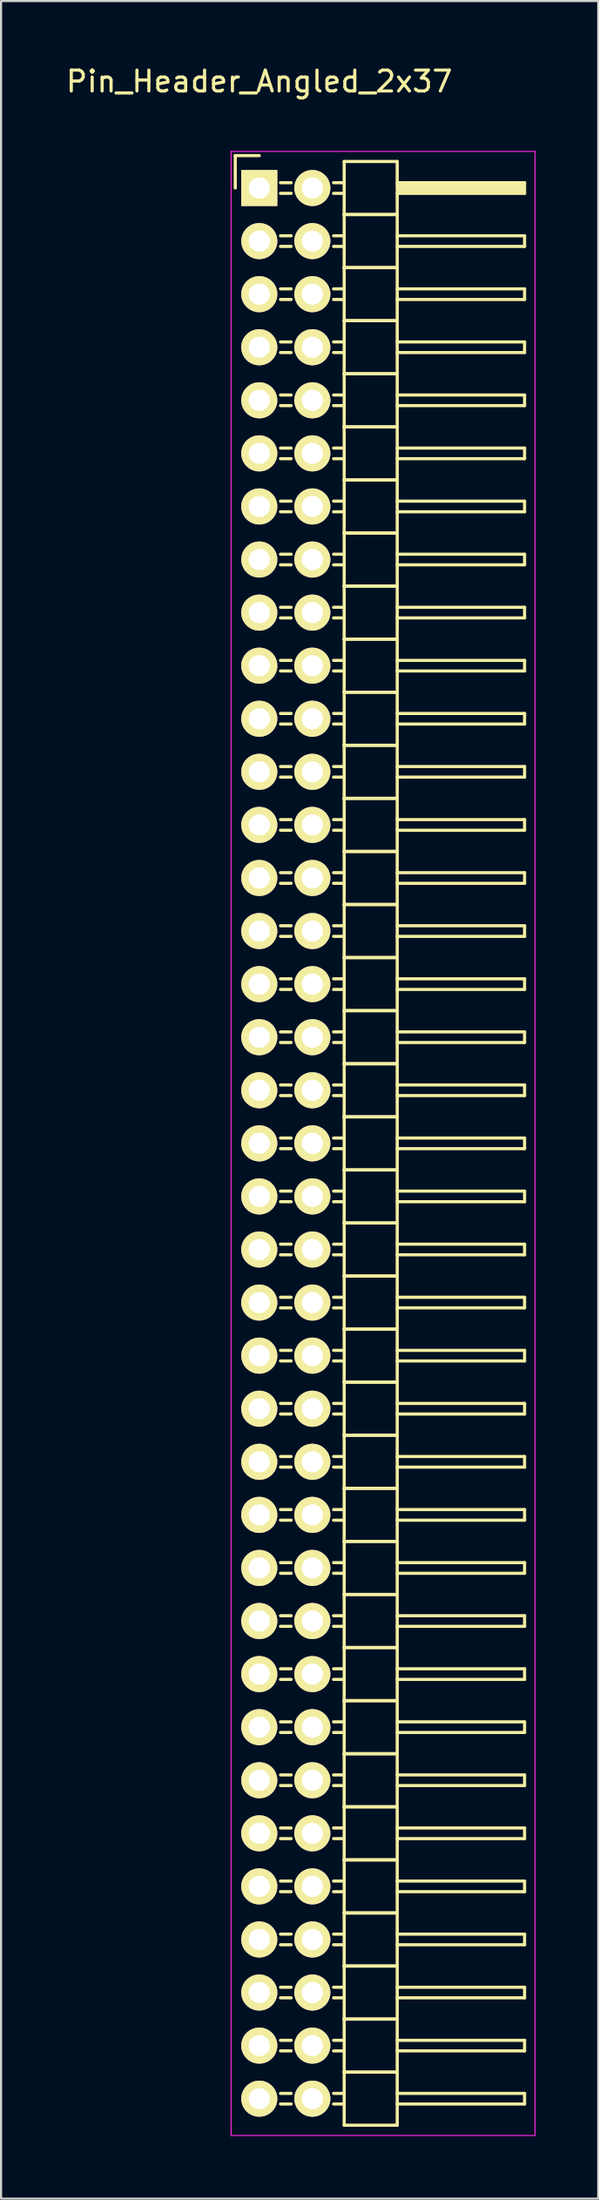
<source format=kicad_pcb>
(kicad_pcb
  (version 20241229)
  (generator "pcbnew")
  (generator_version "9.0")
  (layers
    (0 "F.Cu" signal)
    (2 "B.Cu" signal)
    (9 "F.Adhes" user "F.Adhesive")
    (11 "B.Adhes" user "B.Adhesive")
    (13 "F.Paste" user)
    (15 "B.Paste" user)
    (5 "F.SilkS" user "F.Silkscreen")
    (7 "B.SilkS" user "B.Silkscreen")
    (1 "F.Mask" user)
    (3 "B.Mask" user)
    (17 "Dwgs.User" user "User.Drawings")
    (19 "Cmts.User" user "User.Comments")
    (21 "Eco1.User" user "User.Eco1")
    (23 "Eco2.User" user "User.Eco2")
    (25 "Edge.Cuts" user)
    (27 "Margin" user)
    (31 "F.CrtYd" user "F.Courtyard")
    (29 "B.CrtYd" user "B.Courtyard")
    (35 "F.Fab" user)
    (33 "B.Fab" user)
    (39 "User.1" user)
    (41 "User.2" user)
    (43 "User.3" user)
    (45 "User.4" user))
  (footprint "Pin_Header_Angled_2x37"
    (layer "F.Cu")
    (at 9.363 5.948)
    (property "Reference" "Pin_Header_Angled_2x37" (at 0 -5.1 0) (layer "F.SilkS") (effects (font (size 1 1) (thickness 0.15))))
    (attr through_hole)
    (fp_line (start -1.15 -1.55) (end -1.15 0) (stroke (width 0.15) (type solid)) (layer "F.SilkS"))
    (fp_line (start 0 -1.55) (end -1.15 -1.55) (stroke (width 0.15) (type solid)) (layer "F.SilkS"))
    (fp_line (start 1.524 -0.254) (end 1.016 -0.254) (stroke (width 0.15) (type solid)) (layer "F.SilkS"))
    (fp_line (start 1.524 0.254) (end 1.016 0.254) (stroke (width 0.15) (type solid)) (layer "F.SilkS"))
    (fp_line (start 1.524 2.286) (end 1.016 2.286) (stroke (width 0.15) (type solid)) (layer "F.SilkS"))
    (fp_line (start 1.524 2.794) (end 1.016 2.794) (stroke (width 0.15) (type solid)) (layer "F.SilkS"))
    (fp_line (start 1.524 4.826) (end 1.016 4.826) (stroke (width 0.15) (type solid)) (layer "F.SilkS"))
    (fp_line (start 1.524 5.334) (end 1.016 5.334) (stroke (width 0.15) (type solid)) (layer "F.SilkS"))
    (fp_line (start 1.524 7.366) (end 1.016 7.366) (stroke (width 0.15) (type solid)) (layer "F.SilkS"))
    (fp_line (start 1.524 7.874) (end 1.016 7.874) (stroke (width 0.15) (type solid)) (layer "F.SilkS"))
    (fp_line (start 1.524 9.906) (end 1.016 9.906) (stroke (width 0.15) (type solid)) (layer "F.SilkS"))
    (fp_line (start 1.524 10.414) (end 1.016 10.414) (stroke (width 0.15) (type solid)) (layer "F.SilkS"))
    (fp_line (start 1.524 12.446) (end 1.016 12.446) (stroke (width 0.15) (type solid)) (layer "F.SilkS"))
    (fp_line (start 1.524 12.954) (end 1.016 12.954) (stroke (width 0.15) (type solid)) (layer "F.SilkS"))
    (fp_line (start 1.524 14.986) (end 1.016 14.986) (stroke (width 0.15) (type solid)) (layer "F.SilkS"))
    (fp_line (start 1.524 15.494) (end 1.016 15.494) (stroke (width 0.15) (type solid)) (layer "F.SilkS"))
    (fp_line (start 1.524 17.526) (end 1.016 17.526) (stroke (width 0.15) (type solid)) (layer "F.SilkS"))
    (fp_line (start 1.524 18.034) (end 1.016 18.034) (stroke (width 0.15) (type solid)) (layer "F.SilkS"))
    (fp_line (start 1.524 20.066) (end 1.016 20.066) (stroke (width 0.15) (type solid)) (layer "F.SilkS"))
    (fp_line (start 1.524 20.574) (end 1.016 20.574) (stroke (width 0.15) (type solid)) (layer "F.SilkS"))
    (fp_line (start 1.524 22.606) (end 1.016 22.606) (stroke (width 0.15) (type solid)) (layer "F.SilkS"))
    (fp_line (start 1.524 23.114) (end 1.016 23.114) (stroke (width 0.15) (type solid)) (layer "F.SilkS"))
    (fp_line (start 1.524 25.146) (end 1.016 25.146) (stroke (width 0.15) (type solid)) (layer "F.SilkS"))
    (fp_line (start 1.524 25.654) (end 1.016 25.654) (stroke (width 0.15) (type solid)) (layer "F.SilkS"))
    (fp_line (start 1.524 27.686) (end 1.016 27.686) (stroke (width 0.15) (type solid)) (layer "F.SilkS"))
    (fp_line (start 1.524 28.194) (end 1.016 28.194) (stroke (width 0.15) (type solid)) (layer "F.SilkS"))
    (fp_line (start 1.524 30.226) (end 1.016 30.226) (stroke (width 0.15) (type solid)) (layer "F.SilkS"))
    (fp_line (start 1.524 30.734) (end 1.016 30.734) (stroke (width 0.15) (type solid)) (layer "F.SilkS"))
    (fp_line (start 1.524 32.766) (end 1.016 32.766) (stroke (width 0.15) (type solid)) (layer "F.SilkS"))
    (fp_line (start 1.524 33.274) (end 1.016 33.274) (stroke (width 0.15) (type solid)) (layer "F.SilkS"))
    (fp_line (start 1.524 35.306) (end 1.016 35.306) (stroke (width 0.15) (type solid)) (layer "F.SilkS"))
    (fp_line (start 1.524 35.814) (end 1.016 35.814) (stroke (width 0.15) (type solid)) (layer "F.SilkS"))
    (fp_line (start 1.524 37.846) (end 1.016 37.846) (stroke (width 0.15) (type solid)) (layer "F.SilkS"))
    (fp_line (start 1.524 38.354) (end 1.016 38.354) (stroke (width 0.15) (type solid)) (layer "F.SilkS"))
    (fp_line (start 1.524 40.386) (end 1.016 40.386) (stroke (width 0.15) (type solid)) (layer "F.SilkS"))
    (fp_line (start 1.524 40.894) (end 1.016 40.894) (stroke (width 0.15) (type solid)) (layer "F.SilkS"))
    (fp_line (start 1.524 42.926) (end 1.016 42.926) (stroke (width 0.15) (type solid)) (layer "F.SilkS"))
    (fp_line (start 1.524 43.434) (end 1.016 43.434) (stroke (width 0.15) (type solid)) (layer "F.SilkS"))
    (fp_line (start 1.524 45.466) (end 1.016 45.466) (stroke (width 0.15) (type solid)) (layer "F.SilkS"))
    (fp_line (start 1.524 45.974) (end 1.016 45.974) (stroke (width 0.15) (type solid)) (layer "F.SilkS"))
    (fp_line (start 1.524 48.006) (end 1.016 48.006) (stroke (width 0.15) (type solid)) (layer "F.SilkS"))
    (fp_line (start 1.524 48.514) (end 1.016 48.514) (stroke (width 0.15) (type solid)) (layer "F.SilkS"))
    (fp_line (start 1.524 50.546) (end 1.016 50.546) (stroke (width 0.15) (type solid)) (layer "F.SilkS"))
    (fp_line (start 1.524 51.054) (end 1.016 51.054) (stroke (width 0.15) (type solid)) (layer "F.SilkS"))
    (fp_line (start 1.524 53.086) (end 1.016 53.086) (stroke (width 0.15) (type solid)) (layer "F.SilkS"))
    (fp_line (start 1.524 53.594) (end 1.016 53.594) (stroke (width 0.15) (type solid)) (layer "F.SilkS"))
    (fp_line (start 1.524 55.626) (end 1.016 55.626) (stroke (width 0.15) (type solid)) (layer "F.SilkS"))
    (fp_line (start 1.524 56.134) (end 1.016 56.134) (stroke (width 0.15) (type solid)) (layer "F.SilkS"))
    (fp_line (start 1.524 58.166) (end 1.016 58.166) (stroke (width 0.15) (type solid)) (layer "F.SilkS"))
    (fp_line (start 1.524 58.674) (end 1.016 58.674) (stroke (width 0.15) (type solid)) (layer "F.SilkS"))
    (fp_line (start 1.524 60.706) (end 1.016 60.706) (stroke (width 0.15) (type solid)) (layer "F.SilkS"))
    (fp_line (start 1.524 61.214) (end 1.016 61.214) (stroke (width 0.15) (type solid)) (layer "F.SilkS"))
    (fp_line (start 1.524 63.246) (end 1.016 63.246) (stroke (width 0.15) (type solid)) (layer "F.SilkS"))
    (fp_line (start 1.524 63.754) (end 1.016 63.754) (stroke (width 0.15) (type solid)) (layer "F.SilkS"))
    (fp_line (start 1.524 65.786) (end 1.016 65.786) (stroke (width 0.15) (type solid)) (layer "F.SilkS"))
    (fp_line (start 1.524 66.294) (end 1.016 66.294) (stroke (width 0.15) (type solid)) (layer "F.SilkS"))
    (fp_line (start 1.524 68.326) (end 1.016 68.326) (stroke (width 0.15) (type solid)) (layer "F.SilkS"))
    (fp_line (start 1.524 68.834) (end 1.016 68.834) (stroke (width 0.15) (type solid)) (layer "F.SilkS"))
    (fp_line (start 1.524 70.866) (end 1.016 70.866) (stroke (width 0.15) (type solid)) (layer "F.SilkS"))
    (fp_line (start 1.524 71.374) (end 1.016 71.374) (stroke (width 0.15) (type solid)) (layer "F.SilkS"))
    (fp_line (start 1.524 73.406) (end 1.016 73.406) (stroke (width 0.15) (type solid)) (layer "F.SilkS"))
    (fp_line (start 1.524 73.914) (end 1.016 73.914) (stroke (width 0.15) (type solid)) (layer "F.SilkS"))
    (fp_line (start 1.524 75.946) (end 1.016 75.946) (stroke (width 0.15) (type solid)) (layer "F.SilkS"))
    (fp_line (start 1.524 76.454) (end 1.016 76.454) (stroke (width 0.15) (type solid)) (layer "F.SilkS"))
    (fp_line (start 1.524 78.486) (end 1.016 78.486) (stroke (width 0.15) (type solid)) (layer "F.SilkS"))
    (fp_line (start 1.524 78.994) (end 1.016 78.994) (stroke (width 0.15) (type solid)) (layer "F.SilkS"))
    (fp_line (start 1.524 81.026) (end 1.016 81.026) (stroke (width 0.15) (type solid)) (layer "F.SilkS"))
    (fp_line (start 1.524 81.534) (end 1.016 81.534) (stroke (width 0.15) (type solid)) (layer "F.SilkS"))
    (fp_line (start 1.524 83.566) (end 1.016 83.566) (stroke (width 0.15) (type solid)) (layer "F.SilkS"))
    (fp_line (start 1.524 84.074) (end 1.016 84.074) (stroke (width 0.15) (type solid)) (layer "F.SilkS"))
    (fp_line (start 1.524 86.106) (end 1.016 86.106) (stroke (width 0.15) (type solid)) (layer "F.SilkS"))
    (fp_line (start 1.524 86.614) (end 1.016 86.614) (stroke (width 0.15) (type solid)) (layer "F.SilkS"))
    (fp_line (start 1.524 88.646) (end 1.016 88.646) (stroke (width 0.15) (type solid)) (layer "F.SilkS"))
    (fp_line (start 1.524 89.154) (end 1.016 89.154) (stroke (width 0.15) (type solid)) (layer "F.SilkS"))
    (fp_line (start 1.524 91.186) (end 1.016 91.186) (stroke (width 0.15) (type solid)) (layer "F.SilkS"))
    (fp_line (start 1.524 91.694) (end 1.016 91.694) (stroke (width 0.15) (type solid)) (layer "F.SilkS"))
    (fp_line (start 4.064 -1.27) (end 4.064 1.27) (stroke (width 0.15) (type solid)) (layer "F.SilkS"))
    (fp_line (start 4.064 -1.27) (end 6.604 -1.27) (stroke (width 0.15) (type solid)) (layer "F.SilkS"))
    (fp_line (start 4.064 -0.254) (end 3.556 -0.254) (stroke (width 0.15) (type solid)) (layer "F.SilkS"))
    (fp_line (start 4.064 0.254) (end 3.556 0.254) (stroke (width 0.15) (type solid)) (layer "F.SilkS"))
    (fp_line (start 4.064 1.27) (end 4.064 3.81) (stroke (width 0.15) (type solid)) (layer "F.SilkS"))
    (fp_line (start 4.064 1.27) (end 6.604 1.27) (stroke (width 0.15) (type solid)) (layer "F.SilkS"))
    (fp_line (start 4.064 1.27) (end 6.604 1.27) (stroke (width 0.15) (type solid)) (layer "F.SilkS"))
    (fp_line (start 4.064 2.286) (end 3.556 2.286) (stroke (width 0.15) (type solid)) (layer "F.SilkS"))
    (fp_line (start 4.064 2.794) (end 3.556 2.794) (stroke (width 0.15) (type solid)) (layer "F.SilkS"))
    (fp_line (start 4.064 3.81) (end 4.064 6.35) (stroke (width 0.15) (type solid)) (layer "F.SilkS"))
    (fp_line (start 4.064 3.81) (end 6.604 3.81) (stroke (width 0.15) (type solid)) (layer "F.SilkS"))
    (fp_line (start 4.064 3.81) (end 6.604 3.81) (stroke (width 0.15) (type solid)) (layer "F.SilkS"))
    (fp_line (start 4.064 4.826) (end 3.556 4.826) (stroke (width 0.15) (type solid)) (layer "F.SilkS"))
    (fp_line (start 4.064 5.334) (end 3.556 5.334) (stroke (width 0.15) (type solid)) (layer "F.SilkS"))
    (fp_line (start 4.064 6.35) (end 4.064 8.89) (stroke (width 0.15) (type solid)) (layer "F.SilkS"))
    (fp_line (start 4.064 6.35) (end 6.604 6.35) (stroke (width 0.15) (type solid)) (layer "F.SilkS"))
    (fp_line (start 4.064 6.35) (end 6.604 6.35) (stroke (width 0.15) (type solid)) (layer "F.SilkS"))
    (fp_line (start 4.064 7.366) (end 3.556 7.366) (stroke (width 0.15) (type solid)) (layer "F.SilkS"))
    (fp_line (start 4.064 7.874) (end 3.556 7.874) (stroke (width 0.15) (type solid)) (layer "F.SilkS"))
    (fp_line (start 4.064 8.89) (end 4.064 11.43) (stroke (width 0.15) (type solid)) (layer "F.SilkS"))
    (fp_line (start 4.064 8.89) (end 6.604 8.89) (stroke (width 0.15) (type solid)) (layer "F.SilkS"))
    (fp_line (start 4.064 8.89) (end 6.604 8.89) (stroke (width 0.15) (type solid)) (layer "F.SilkS"))
    (fp_line (start 4.064 9.906) (end 3.556 9.906) (stroke (width 0.15) (type solid)) (layer "F.SilkS"))
    (fp_line (start 4.064 10.414) (end 3.556 10.414) (stroke (width 0.15) (type solid)) (layer "F.SilkS"))
    (fp_line (start 4.064 11.43) (end 4.064 13.97) (stroke (width 0.15) (type solid)) (layer "F.SilkS"))
    (fp_line (start 4.064 11.43) (end 6.604 11.43) (stroke (width 0.15) (type solid)) (layer "F.SilkS"))
    (fp_line (start 4.064 11.43) (end 6.604 11.43) (stroke (width 0.15) (type solid)) (layer "F.SilkS"))
    (fp_line (start 4.064 12.446) (end 3.556 12.446) (stroke (width 0.15) (type solid)) (layer "F.SilkS"))
    (fp_line (start 4.064 12.954) (end 3.556 12.954) (stroke (width 0.15) (type solid)) (layer "F.SilkS"))
    (fp_line (start 4.064 13.97) (end 4.064 16.51) (stroke (width 0.15) (type solid)) (layer "F.SilkS"))
    (fp_line (start 4.064 13.97) (end 6.604 13.97) (stroke (width 0.15) (type solid)) (layer "F.SilkS"))
    (fp_line (start 4.064 13.97) (end 6.604 13.97) (stroke (width 0.15) (type solid)) (layer "F.SilkS"))
    (fp_line (start 4.064 14.986) (end 3.556 14.986) (stroke (width 0.15) (type solid)) (layer "F.SilkS"))
    (fp_line (start 4.064 15.494) (end 3.556 15.494) (stroke (width 0.15) (type solid)) (layer "F.SilkS"))
    (fp_line (start 4.064 16.51) (end 4.064 19.05) (stroke (width 0.15) (type solid)) (layer "F.SilkS"))
    (fp_line (start 4.064 16.51) (end 6.604 16.51) (stroke (width 0.15) (type solid)) (layer "F.SilkS"))
    (fp_line (start 4.064 16.51) (end 6.604 16.51) (stroke (width 0.15) (type solid)) (layer "F.SilkS"))
    (fp_line (start 4.064 17.526) (end 3.556 17.526) (stroke (width 0.15) (type solid)) (layer "F.SilkS"))
    (fp_line (start 4.064 18.034) (end 3.556 18.034) (stroke (width 0.15) (type solid)) (layer "F.SilkS"))
    (fp_line (start 4.064 19.05) (end 4.064 21.59) (stroke (width 0.15) (type solid)) (layer "F.SilkS"))
    (fp_line (start 4.064 19.05) (end 6.604 19.05) (stroke (width 0.15) (type solid)) (layer "F.SilkS"))
    (fp_line (start 4.064 19.05) (end 6.604 19.05) (stroke (width 0.15) (type solid)) (layer "F.SilkS"))
    (fp_line (start 4.064 20.066) (end 3.556 20.066) (stroke (width 0.15) (type solid)) (layer "F.SilkS"))
    (fp_line (start 4.064 20.574) (end 3.556 20.574) (stroke (width 0.15) (type solid)) (layer "F.SilkS"))
    (fp_line (start 4.064 21.59) (end 4.064 24.13) (stroke (width 0.15) (type solid)) (layer "F.SilkS"))
    (fp_line (start 4.064 21.59) (end 6.604 21.59) (stroke (width 0.15) (type solid)) (layer "F.SilkS"))
    (fp_line (start 4.064 21.59) (end 6.604 21.59) (stroke (width 0.15) (type solid)) (layer "F.SilkS"))
    (fp_line (start 4.064 22.606) (end 3.556 22.606) (stroke (width 0.15) (type solid)) (layer "F.SilkS"))
    (fp_line (start 4.064 23.114) (end 3.556 23.114) (stroke (width 0.15) (type solid)) (layer "F.SilkS"))
    (fp_line (start 4.064 24.13) (end 4.064 26.67) (stroke (width 0.15) (type solid)) (layer "F.SilkS"))
    (fp_line (start 4.064 24.13) (end 6.604 24.13) (stroke (width 0.15) (type solid)) (layer "F.SilkS"))
    (fp_line (start 4.064 24.13) (end 6.604 24.13) (stroke (width 0.15) (type solid)) (layer "F.SilkS"))
    (fp_line (start 4.064 25.146) (end 3.556 25.146) (stroke (width 0.15) (type solid)) (layer "F.SilkS"))
    (fp_line (start 4.064 25.654) (end 3.556 25.654) (stroke (width 0.15) (type solid)) (layer "F.SilkS"))
    (fp_line (start 4.064 26.67) (end 4.064 29.21) (stroke (width 0.15) (type solid)) (layer "F.SilkS"))
    (fp_line (start 4.064 26.67) (end 6.604 26.67) (stroke (width 0.15) (type solid)) (layer "F.SilkS"))
    (fp_line (start 4.064 26.67) (end 6.604 26.67) (stroke (width 0.15) (type solid)) (layer "F.SilkS"))
    (fp_line (start 4.064 27.686) (end 3.556 27.686) (stroke (width 0.15) (type solid)) (layer "F.SilkS"))
    (fp_line (start 4.064 28.194) (end 3.556 28.194) (stroke (width 0.15) (type solid)) (layer "F.SilkS"))
    (fp_line (start 4.064 29.21) (end 4.064 31.75) (stroke (width 0.15) (type solid)) (layer "F.SilkS"))
    (fp_line (start 4.064 29.21) (end 6.604 29.21) (stroke (width 0.15) (type solid)) (layer "F.SilkS"))
    (fp_line (start 4.064 29.21) (end 6.604 29.21) (stroke (width 0.15) (type solid)) (layer "F.SilkS"))
    (fp_line (start 4.064 30.226) (end 3.556 30.226) (stroke (width 0.15) (type solid)) (layer "F.SilkS"))
    (fp_line (start 4.064 30.734) (end 3.556 30.734) (stroke (width 0.15) (type solid)) (layer "F.SilkS"))
    (fp_line (start 4.064 31.75) (end 4.064 34.29) (stroke (width 0.15) (type solid)) (layer "F.SilkS"))
    (fp_line (start 4.064 31.75) (end 6.604 31.75) (stroke (width 0.15) (type solid)) (layer "F.SilkS"))
    (fp_line (start 4.064 31.75) (end 6.604 31.75) (stroke (width 0.15) (type solid)) (layer "F.SilkS"))
    (fp_line (start 4.064 32.766) (end 3.556 32.766) (stroke (width 0.15) (type solid)) (layer "F.SilkS"))
    (fp_line (start 4.064 33.274) (end 3.556 33.274) (stroke (width 0.15) (type solid)) (layer "F.SilkS"))
    (fp_line (start 4.064 34.29) (end 4.064 36.83) (stroke (width 0.15) (type solid)) (layer "F.SilkS"))
    (fp_line (start 4.064 34.29) (end 6.604 34.29) (stroke (width 0.15) (type solid)) (layer "F.SilkS"))
    (fp_line (start 4.064 34.29) (end 6.604 34.29) (stroke (width 0.15) (type solid)) (layer "F.SilkS"))
    (fp_line (start 4.064 35.306) (end 3.556 35.306) (stroke (width 0.15) (type solid)) (layer "F.SilkS"))
    (fp_line (start 4.064 35.814) (end 3.556 35.814) (stroke (width 0.15) (type solid)) (layer "F.SilkS"))
    (fp_line (start 4.064 36.83) (end 4.064 39.37) (stroke (width 0.15) (type solid)) (layer "F.SilkS"))
    (fp_line (start 4.064 36.83) (end 6.604 36.83) (stroke (width 0.15) (type solid)) (layer "F.SilkS"))
    (fp_line (start 4.064 36.83) (end 6.604 36.83) (stroke (width 0.15) (type solid)) (layer "F.SilkS"))
    (fp_line (start 4.064 37.846) (end 3.556 37.846) (stroke (width 0.15) (type solid)) (layer "F.SilkS"))
    (fp_line (start 4.064 38.354) (end 3.556 38.354) (stroke (width 0.15) (type solid)) (layer "F.SilkS"))
    (fp_line (start 4.064 39.37) (end 4.064 41.91) (stroke (width 0.15) (type solid)) (layer "F.SilkS"))
    (fp_line (start 4.064 39.37) (end 6.604 39.37) (stroke (width 0.15) (type solid)) (layer "F.SilkS"))
    (fp_line (start 4.064 39.37) (end 6.604 39.37) (stroke (width 0.15) (type solid)) (layer "F.SilkS"))
    (fp_line (start 4.064 40.386) (end 3.556 40.386) (stroke (width 0.15) (type solid)) (layer "F.SilkS"))
    (fp_line (start 4.064 40.894) (end 3.556 40.894) (stroke (width 0.15) (type solid)) (layer "F.SilkS"))
    (fp_line (start 4.064 41.91) (end 4.064 44.45) (stroke (width 0.15) (type solid)) (layer "F.SilkS"))
    (fp_line (start 4.064 41.91) (end 6.604 41.91) (stroke (width 0.15) (type solid)) (layer "F.SilkS"))
    (fp_line (start 4.064 41.91) (end 6.604 41.91) (stroke (width 0.15) (type solid)) (layer "F.SilkS"))
    (fp_line (start 4.064 42.926) (end 3.556 42.926) (stroke (width 0.15) (type solid)) (layer "F.SilkS"))
    (fp_line (start 4.064 43.434) (end 3.556 43.434) (stroke (width 0.15) (type solid)) (layer "F.SilkS"))
    (fp_line (start 4.064 44.45) (end 4.064 46.99) (stroke (width 0.15) (type solid)) (layer "F.SilkS"))
    (fp_line (start 4.064 44.45) (end 6.604 44.45) (stroke (width 0.15) (type solid)) (layer "F.SilkS"))
    (fp_line (start 4.064 44.45) (end 6.604 44.45) (stroke (width 0.15) (type solid)) (layer "F.SilkS"))
    (fp_line (start 4.064 45.466) (end 3.556 45.466) (stroke (width 0.15) (type solid)) (layer "F.SilkS"))
    (fp_line (start 4.064 45.974) (end 3.556 45.974) (stroke (width 0.15) (type solid)) (layer "F.SilkS"))
    (fp_line (start 4.064 46.99) (end 4.064 49.53) (stroke (width 0.15) (type solid)) (layer "F.SilkS"))
    (fp_line (start 4.064 46.99) (end 6.604 46.99) (stroke (width 0.15) (type solid)) (layer "F.SilkS"))
    (fp_line (start 4.064 46.99) (end 6.604 46.99) (stroke (width 0.15) (type solid)) (layer "F.SilkS"))
    (fp_line (start 4.064 48.006) (end 3.556 48.006) (stroke (width 0.15) (type solid)) (layer "F.SilkS"))
    (fp_line (start 4.064 48.514) (end 3.556 48.514) (stroke (width 0.15) (type solid)) (layer "F.SilkS"))
    (fp_line (start 4.064 49.53) (end 4.064 52.07) (stroke (width 0.15) (type solid)) (layer "F.SilkS"))
    (fp_line (start 4.064 49.53) (end 6.604 49.53) (stroke (width 0.15) (type solid)) (layer "F.SilkS"))
    (fp_line (start 4.064 49.53) (end 6.604 49.53) (stroke (width 0.15) (type solid)) (layer "F.SilkS"))
    (fp_line (start 4.064 50.546) (end 3.556 50.546) (stroke (width 0.15) (type solid)) (layer "F.SilkS"))
    (fp_line (start 4.064 51.054) (end 3.556 51.054) (stroke (width 0.15) (type solid)) (layer "F.SilkS"))
    (fp_line (start 4.064 52.07) (end 4.064 54.61) (stroke (width 0.15) (type solid)) (layer "F.SilkS"))
    (fp_line (start 4.064 52.07) (end 6.604 52.07) (stroke (width 0.15) (type solid)) (layer "F.SilkS"))
    (fp_line (start 4.064 52.07) (end 6.604 52.07) (stroke (width 0.15) (type solid)) (layer "F.SilkS"))
    (fp_line (start 4.064 53.086) (end 3.556 53.086) (stroke (width 0.15) (type solid)) (layer "F.SilkS"))
    (fp_line (start 4.064 53.594) (end 3.556 53.594) (stroke (width 0.15) (type solid)) (layer "F.SilkS"))
    (fp_line (start 4.064 54.61) (end 4.064 57.15) (stroke (width 0.15) (type solid)) (layer "F.SilkS"))
    (fp_line (start 4.064 54.61) (end 6.604 54.61) (stroke (width 0.15) (type solid)) (layer "F.SilkS"))
    (fp_line (start 4.064 54.61) (end 6.604 54.61) (stroke (width 0.15) (type solid)) (layer "F.SilkS"))
    (fp_line (start 4.064 55.626) (end 3.556 55.626) (stroke (width 0.15) (type solid)) (layer "F.SilkS"))
    (fp_line (start 4.064 56.134) (end 3.556 56.134) (stroke (width 0.15) (type solid)) (layer "F.SilkS"))
    (fp_line (start 4.064 57.15) (end 4.064 59.69) (stroke (width 0.15) (type solid)) (layer "F.SilkS"))
    (fp_line (start 4.064 57.15) (end 6.604 57.15) (stroke (width 0.15) (type solid)) (layer "F.SilkS"))
    (fp_line (start 4.064 57.15) (end 6.604 57.15) (stroke (width 0.15) (type solid)) (layer "F.SilkS"))
    (fp_line (start 4.064 58.166) (end 3.556 58.166) (stroke (width 0.15) (type solid)) (layer "F.SilkS"))
    (fp_line (start 4.064 58.674) (end 3.556 58.674) (stroke (width 0.15) (type solid)) (layer "F.SilkS"))
    (fp_line (start 4.064 59.69) (end 4.064 62.23) (stroke (width 0.15) (type solid)) (layer "F.SilkS"))
    (fp_line (start 4.064 59.69) (end 6.604 59.69) (stroke (width 0.15) (type solid)) (layer "F.SilkS"))
    (fp_line (start 4.064 59.69) (end 6.604 59.69) (stroke (width 0.15) (type solid)) (layer "F.SilkS"))
    (fp_line (start 4.064 60.706) (end 3.556 60.706) (stroke (width 0.15) (type solid)) (layer "F.SilkS"))
    (fp_line (start 4.064 61.214) (end 3.556 61.214) (stroke (width 0.15) (type solid)) (layer "F.SilkS"))
    (fp_line (start 4.064 62.23) (end 4.064 64.77) (stroke (width 0.15) (type solid)) (layer "F.SilkS"))
    (fp_line (start 4.064 62.23) (end 6.604 62.23) (stroke (width 0.15) (type solid)) (layer "F.SilkS"))
    (fp_line (start 4.064 62.23) (end 6.604 62.23) (stroke (width 0.15) (type solid)) (layer "F.SilkS"))
    (fp_line (start 4.064 63.246) (end 3.556 63.246) (stroke (width 0.15) (type solid)) (layer "F.SilkS"))
    (fp_line (start 4.064 63.754) (end 3.556 63.754) (stroke (width 0.15) (type solid)) (layer "F.SilkS"))
    (fp_line (start 4.064 64.77) (end 4.064 67.31) (stroke (width 0.15) (type solid)) (layer "F.SilkS"))
    (fp_line (start 4.064 64.77) (end 6.604 64.77) (stroke (width 0.15) (type solid)) (layer "F.SilkS"))
    (fp_line (start 4.064 64.77) (end 6.604 64.77) (stroke (width 0.15) (type solid)) (layer "F.SilkS"))
    (fp_line (start 4.064 65.786) (end 3.556 65.786) (stroke (width 0.15) (type solid)) (layer "F.SilkS"))
    (fp_line (start 4.064 66.294) (end 3.556 66.294) (stroke (width 0.15) (type solid)) (layer "F.SilkS"))
    (fp_line (start 4.064 67.31) (end 4.064 69.85) (stroke (width 0.15) (type solid)) (layer "F.SilkS"))
    (fp_line (start 4.064 67.31) (end 6.604 67.31) (stroke (width 0.15) (type solid)) (layer "F.SilkS"))
    (fp_line (start 4.064 67.31) (end 6.604 67.31) (stroke (width 0.15) (type solid)) (layer "F.SilkS"))
    (fp_line (start 4.064 68.326) (end 3.556 68.326) (stroke (width 0.15) (type solid)) (layer "F.SilkS"))
    (fp_line (start 4.064 68.834) (end 3.556 68.834) (stroke (width 0.15) (type solid)) (layer "F.SilkS"))
    (fp_line (start 4.064 69.85) (end 4.064 72.39) (stroke (width 0.15) (type solid)) (layer "F.SilkS"))
    (fp_line (start 4.064 69.85) (end 6.604 69.85) (stroke (width 0.15) (type solid)) (layer "F.SilkS"))
    (fp_line (start 4.064 69.85) (end 6.604 69.85) (stroke (width 0.15) (type solid)) (layer "F.SilkS"))
    (fp_line (start 4.064 70.866) (end 3.556 70.866) (stroke (width 0.15) (type solid)) (layer "F.SilkS"))
    (fp_line (start 4.064 71.374) (end 3.556 71.374) (stroke (width 0.15) (type solid)) (layer "F.SilkS"))
    (fp_line (start 4.064 72.39) (end 4.064 74.93) (stroke (width 0.15) (type solid)) (layer "F.SilkS"))
    (fp_line (start 4.064 72.39) (end 6.604 72.39) (stroke (width 0.15) (type solid)) (layer "F.SilkS"))
    (fp_line (start 4.064 72.39) (end 6.604 72.39) (stroke (width 0.15) (type solid)) (layer "F.SilkS"))
    (fp_line (start 4.064 73.406) (end 3.556 73.406) (stroke (width 0.15) (type solid)) (layer "F.SilkS"))
    (fp_line (start 4.064 73.914) (end 3.556 73.914) (stroke (width 0.15) (type solid)) (layer "F.SilkS"))
    (fp_line (start 4.064 74.93) (end 4.064 77.47) (stroke (width 0.15) (type solid)) (layer "F.SilkS"))
    (fp_line (start 4.064 74.93) (end 6.604 74.93) (stroke (width 0.15) (type solid)) (layer "F.SilkS"))
    (fp_line (start 4.064 74.93) (end 6.604 74.93) (stroke (width 0.15) (type solid)) (layer "F.SilkS"))
    (fp_line (start 4.064 75.946) (end 3.556 75.946) (stroke (width 0.15) (type solid)) (layer "F.SilkS"))
    (fp_line (start 4.064 76.454) (end 3.556 76.454) (stroke (width 0.15) (type solid)) (layer "F.SilkS"))
    (fp_line (start 4.064 77.47) (end 4.064 80.01) (stroke (width 0.15) (type solid)) (layer "F.SilkS"))
    (fp_line (start 4.064 77.47) (end 6.604 77.47) (stroke (width 0.15) (type solid)) (layer "F.SilkS"))
    (fp_line (start 4.064 77.47) (end 6.604 77.47) (stroke (width 0.15) (type solid)) (layer "F.SilkS"))
    (fp_line (start 4.064 78.486) (end 3.556 78.486) (stroke (width 0.15) (type solid)) (layer "F.SilkS"))
    (fp_line (start 4.064 78.994) (end 3.556 78.994) (stroke (width 0.15) (type solid)) (layer "F.SilkS"))
    (fp_line (start 4.064 80.01) (end 4.064 82.55) (stroke (width 0.15) (type solid)) (layer "F.SilkS"))
    (fp_line (start 4.064 80.01) (end 6.604 80.01) (stroke (width 0.15) (type solid)) (layer "F.SilkS"))
    (fp_line (start 4.064 80.01) (end 6.604 80.01) (stroke (width 0.15) (type solid)) (layer "F.SilkS"))
    (fp_line (start 4.064 81.026) (end 3.556 81.026) (stroke (width 0.15) (type solid)) (layer "F.SilkS"))
    (fp_line (start 4.064 81.534) (end 3.556 81.534) (stroke (width 0.15) (type solid)) (layer "F.SilkS"))
    (fp_line (start 4.064 82.55) (end 4.064 85.09) (stroke (width 0.15) (type solid)) (layer "F.SilkS"))
    (fp_line (start 4.064 82.55) (end 6.604 82.55) (stroke (width 0.15) (type solid)) (layer "F.SilkS"))
    (fp_line (start 4.064 82.55) (end 6.604 82.55) (stroke (width 0.15) (type solid)) (layer "F.SilkS"))
    (fp_line (start 4.064 83.566) (end 3.556 83.566) (stroke (width 0.15) (type solid)) (layer "F.SilkS"))
    (fp_line (start 4.064 84.074) (end 3.556 84.074) (stroke (width 0.15) (type solid)) (layer "F.SilkS"))
    (fp_line (start 4.064 85.09) (end 4.064 87.63) (stroke (width 0.15) (type solid)) (layer "F.SilkS"))
    (fp_line (start 4.064 85.09) (end 6.604 85.09) (stroke (width 0.15) (type solid)) (layer "F.SilkS"))
    (fp_line (start 4.064 85.09) (end 6.604 85.09) (stroke (width 0.15) (type solid)) (layer "F.SilkS"))
    (fp_line (start 4.064 86.106) (end 3.556 86.106) (stroke (width 0.15) (type solid)) (layer "F.SilkS"))
    (fp_line (start 4.064 86.614) (end 3.556 86.614) (stroke (width 0.15) (type solid)) (layer "F.SilkS"))
    (fp_line (start 4.064 87.63) (end 4.064 90.17) (stroke (width 0.15) (type solid)) (layer "F.SilkS"))
    (fp_line (start 4.064 87.63) (end 6.604 87.63) (stroke (width 0.15) (type solid)) (layer "F.SilkS"))
    (fp_line (start 4.064 87.63) (end 6.604 87.63) (stroke (width 0.15) (type solid)) (layer "F.SilkS"))
    (fp_line (start 4.064 88.646) (end 3.556 88.646) (stroke (width 0.15) (type solid)) (layer "F.SilkS"))
    (fp_line (start 4.064 89.154) (end 3.556 89.154) (stroke (width 0.15) (type solid)) (layer "F.SilkS"))
    (fp_line (start 4.064 90.17) (end 4.064 92.71) (stroke (width 0.15) (type solid)) (layer "F.SilkS"))
    (fp_line (start 4.064 90.17) (end 6.604 90.17) (stroke (width 0.15) (type solid)) (layer "F.SilkS"))
    (fp_line (start 4.064 90.17) (end 6.604 90.17) (stroke (width 0.15) (type solid)) (layer "F.SilkS"))
    (fp_line (start 4.064 91.186) (end 3.556 91.186) (stroke (width 0.15) (type solid)) (layer "F.SilkS"))
    (fp_line (start 4.064 91.694) (end 3.556 91.694) (stroke (width 0.15) (type solid)) (layer "F.SilkS"))
    (fp_line (start 4.064 92.71) (end 6.604 92.71) (stroke (width 0.15) (type solid)) (layer "F.SilkS"))
    (fp_line (start 6.604 -0.254) (end 12.7 -0.254) (stroke (width 0.15) (type solid)) (layer "F.SilkS"))
    (fp_line (start 6.604 -0.127) (end 12.573 -0.127) (stroke (width 0.15) (type solid)) (layer "F.SilkS"))
    (fp_line (start 6.604 1.27) (end 6.604 -1.27) (stroke (width 0.15) (type solid)) (layer "F.SilkS"))
    (fp_line (start 6.604 2.286) (end 12.7 2.286) (stroke (width 0.15) (type solid)) (layer "F.SilkS"))
    (fp_line (start 6.604 3.81) (end 6.604 1.27) (stroke (width 0.15) (type solid)) (layer "F.SilkS"))
    (fp_line (start 6.604 4.826) (end 12.7 4.826) (stroke (width 0.15) (type solid)) (layer "F.SilkS"))
    (fp_line (start 6.604 6.35) (end 6.604 3.81) (stroke (width 0.15) (type solid)) (layer "F.SilkS"))
    (fp_line (start 6.604 7.366) (end 12.7 7.366) (stroke (width 0.15) (type solid)) (layer "F.SilkS"))
    (fp_line (start 6.604 8.89) (end 6.604 6.35) (stroke (width 0.15) (type solid)) (layer "F.SilkS"))
    (fp_line (start 6.604 9.906) (end 12.7 9.906) (stroke (width 0.15) (type solid)) (layer "F.SilkS"))
    (fp_line (start 6.604 11.43) (end 6.604 8.89) (stroke (width 0.15) (type solid)) (layer "F.SilkS"))
    (fp_line (start 6.604 12.446) (end 12.7 12.446) (stroke (width 0.15) (type solid)) (layer "F.SilkS"))
    (fp_line (start 6.604 13.97) (end 6.604 11.43) (stroke (width 0.15) (type solid)) (layer "F.SilkS"))
    (fp_line (start 6.604 14.986) (end 12.7 14.986) (stroke (width 0.15) (type solid)) (layer "F.SilkS"))
    (fp_line (start 6.604 16.51) (end 6.604 13.97) (stroke (width 0.15) (type solid)) (layer "F.SilkS"))
    (fp_line (start 6.604 17.526) (end 12.7 17.526) (stroke (width 0.15) (type solid)) (layer "F.SilkS"))
    (fp_line (start 6.604 19.05) (end 6.604 16.51) (stroke (width 0.15) (type solid)) (layer "F.SilkS"))
    (fp_line (start 6.604 20.066) (end 12.7 20.066) (stroke (width 0.15) (type solid)) (layer "F.SilkS"))
    (fp_line (start 6.604 21.59) (end 6.604 19.05) (stroke (width 0.15) (type solid)) (layer "F.SilkS"))
    (fp_line (start 6.604 22.606) (end 12.7 22.606) (stroke (width 0.15) (type solid)) (layer "F.SilkS"))
    (fp_line (start 6.604 24.13) (end 6.604 21.59) (stroke (width 0.15) (type solid)) (layer "F.SilkS"))
    (fp_line (start 6.604 25.146) (end 12.7 25.146) (stroke (width 0.15) (type solid)) (layer "F.SilkS"))
    (fp_line (start 6.604 26.67) (end 6.604 24.13) (stroke (width 0.15) (type solid)) (layer "F.SilkS"))
    (fp_line (start 6.604 27.686) (end 12.7 27.686) (stroke (width 0.15) (type solid)) (layer "F.SilkS"))
    (fp_line (start 6.604 29.21) (end 6.604 26.67) (stroke (width 0.15) (type solid)) (layer "F.SilkS"))
    (fp_line (start 6.604 30.226) (end 12.7 30.226) (stroke (width 0.15) (type solid)) (layer "F.SilkS"))
    (fp_line (start 6.604 31.75) (end 6.604 29.21) (stroke (width 0.15) (type solid)) (layer "F.SilkS"))
    (fp_line (start 6.604 32.766) (end 12.7 32.766) (stroke (width 0.15) (type solid)) (layer "F.SilkS"))
    (fp_line (start 6.604 34.29) (end 6.604 31.75) (stroke (width 0.15) (type solid)) (layer "F.SilkS"))
    (fp_line (start 6.604 35.306) (end 12.7 35.306) (stroke (width 0.15) (type solid)) (layer "F.SilkS"))
    (fp_line (start 6.604 36.83) (end 6.604 34.29) (stroke (width 0.15) (type solid)) (layer "F.SilkS"))
    (fp_line (start 6.604 37.846) (end 12.7 37.846) (stroke (width 0.15) (type solid)) (layer "F.SilkS"))
    (fp_line (start 6.604 39.37) (end 6.604 36.83) (stroke (width 0.15) (type solid)) (layer "F.SilkS"))
    (fp_line (start 6.604 40.386) (end 12.7 40.386) (stroke (width 0.15) (type solid)) (layer "F.SilkS"))
    (fp_line (start 6.604 41.91) (end 6.604 39.37) (stroke (width 0.15) (type solid)) (layer "F.SilkS"))
    (fp_line (start 6.604 42.926) (end 12.7 42.926) (stroke (width 0.15) (type solid)) (layer "F.SilkS"))
    (fp_line (start 6.604 44.45) (end 6.604 41.91) (stroke (width 0.15) (type solid)) (layer "F.SilkS"))
    (fp_line (start 6.604 45.466) (end 12.7 45.466) (stroke (width 0.15) (type solid)) (layer "F.SilkS"))
    (fp_line (start 6.604 46.99) (end 6.604 44.45) (stroke (width 0.15) (type solid)) (layer "F.SilkS"))
    (fp_line (start 6.604 48.006) (end 12.7 48.006) (stroke (width 0.15) (type solid)) (layer "F.SilkS"))
    (fp_line (start 6.604 49.53) (end 6.604 46.99) (stroke (width 0.15) (type solid)) (layer "F.SilkS"))
    (fp_line (start 6.604 50.546) (end 12.7 50.546) (stroke (width 0.15) (type solid)) (layer "F.SilkS"))
    (fp_line (start 6.604 52.07) (end 6.604 49.53) (stroke (width 0.15) (type solid)) (layer "F.SilkS"))
    (fp_line (start 6.604 53.086) (end 12.7 53.086) (stroke (width 0.15) (type solid)) (layer "F.SilkS"))
    (fp_line (start 6.604 54.61) (end 6.604 52.07) (stroke (width 0.15) (type solid)) (layer "F.SilkS"))
    (fp_line (start 6.604 55.626) (end 12.7 55.626) (stroke (width 0.15) (type solid)) (layer "F.SilkS"))
    (fp_line (start 6.604 57.15) (end 6.604 54.61) (stroke (width 0.15) (type solid)) (layer "F.SilkS"))
    (fp_line (start 6.604 58.166) (end 12.7 58.166) (stroke (width 0.15) (type solid)) (layer "F.SilkS"))
    (fp_line (start 6.604 59.69) (end 6.604 57.15) (stroke (width 0.15) (type solid)) (layer "F.SilkS"))
    (fp_line (start 6.604 60.706) (end 12.7 60.706) (stroke (width 0.15) (type solid)) (layer "F.SilkS"))
    (fp_line (start 6.604 62.23) (end 6.604 59.69) (stroke (width 0.15) (type solid)) (layer "F.SilkS"))
    (fp_line (start 6.604 63.246) (end 12.7 63.246) (stroke (width 0.15) (type solid)) (layer "F.SilkS"))
    (fp_line (start 6.604 64.77) (end 6.604 62.23) (stroke (width 0.15) (type solid)) (layer "F.SilkS"))
    (fp_line (start 6.604 65.786) (end 12.7 65.786) (stroke (width 0.15) (type solid)) (layer "F.SilkS"))
    (fp_line (start 6.604 67.31) (end 6.604 64.77) (stroke (width 0.15) (type solid)) (layer "F.SilkS"))
    (fp_line (start 6.604 68.326) (end 12.7 68.326) (stroke (width 0.15) (type solid)) (layer "F.SilkS"))
    (fp_line (start 6.604 69.85) (end 6.604 67.31) (stroke (width 0.15) (type solid)) (layer "F.SilkS"))
    (fp_line (start 6.604 70.866) (end 12.7 70.866) (stroke (width 0.15) (type solid)) (layer "F.SilkS"))
    (fp_line (start 6.604 72.39) (end 6.604 69.85) (stroke (width 0.15) (type solid)) (layer "F.SilkS"))
    (fp_line (start 6.604 73.406) (end 12.7 73.406) (stroke (width 0.15) (type solid)) (layer "F.SilkS"))
    (fp_line (start 6.604 74.93) (end 6.604 72.39) (stroke (width 0.15) (type solid)) (layer "F.SilkS"))
    (fp_line (start 6.604 75.946) (end 12.7 75.946) (stroke (width 0.15) (type solid)) (layer "F.SilkS"))
    (fp_line (start 6.604 77.47) (end 6.604 74.93) (stroke (width 0.15) (type solid)) (layer "F.SilkS"))
    (fp_line (start 6.604 78.486) (end 12.7 78.486) (stroke (width 0.15) (type solid)) (layer "F.SilkS"))
    (fp_line (start 6.604 80.01) (end 6.604 77.47) (stroke (width 0.15) (type solid)) (layer "F.SilkS"))
    (fp_line (start 6.604 81.026) (end 12.7 81.026) (stroke (width 0.15) (type solid)) (layer "F.SilkS"))
    (fp_line (start 6.604 82.55) (end 6.604 80.01) (stroke (width 0.15) (type solid)) (layer "F.SilkS"))
    (fp_line (start 6.604 83.566) (end 12.7 83.566) (stroke (width 0.15) (type solid)) (layer "F.SilkS"))
    (fp_line (start 6.604 85.09) (end 6.604 82.55) (stroke (width 0.15) (type solid)) (layer "F.SilkS"))
    (fp_line (start 6.604 86.106) (end 12.7 86.106) (stroke (width 0.15) (type solid)) (layer "F.SilkS"))
    (fp_line (start 6.604 87.63) (end 6.604 85.09) (stroke (width 0.15) (type solid)) (layer "F.SilkS"))
    (fp_line (start 6.604 88.646) (end 12.7 88.646) (stroke (width 0.15) (type solid)) (layer "F.SilkS"))
    (fp_line (start 6.604 90.17) (end 6.604 87.63) (stroke (width 0.15) (type solid)) (layer "F.SilkS"))
    (fp_line (start 6.604 91.186) (end 12.7 91.186) (stroke (width 0.15) (type solid)) (layer "F.SilkS"))
    (fp_line (start 6.604 92.71) (end 6.604 90.17) (stroke (width 0.15) (type solid)) (layer "F.SilkS"))
    (fp_line (start 6.731 0) (end 12.573 0) (stroke (width 0.15) (type solid)) (layer "F.SilkS"))
    (fp_line (start 6.731 0.127) (end 6.731 0) (stroke (width 0.15) (type solid)) (layer "F.SilkS"))
    (fp_line (start 12.573 -0.127) (end 12.573 0.127) (stroke (width 0.15) (type solid)) (layer "F.SilkS"))
    (fp_line (start 12.573 0.127) (end 6.731 0.127) (stroke (width 0.15) (type solid)) (layer "F.SilkS"))
    (fp_line (start 12.7 -0.254) (end 12.7 0.254) (stroke (width 0.15) (type solid)) (layer "F.SilkS"))
    (fp_line (start 12.7 0.254) (end 6.604 0.254) (stroke (width 0.15) (type solid)) (layer "F.SilkS"))
    (fp_line (start 12.7 2.286) (end 12.7 2.794) (stroke (width 0.15) (type solid)) (layer "F.SilkS"))
    (fp_line (start 12.7 2.794) (end 6.604 2.794) (stroke (width 0.15) (type solid)) (layer "F.SilkS"))
    (fp_line (start 12.7 4.826) (end 12.7 5.334) (stroke (width 0.15) (type solid)) (layer "F.SilkS"))
    (fp_line (start 12.7 5.334) (end 6.604 5.334) (stroke (width 0.15) (type solid)) (layer "F.SilkS"))
    (fp_line (start 12.7 7.366) (end 12.7 7.874) (stroke (width 0.15) (type solid)) (layer "F.SilkS"))
    (fp_line (start 12.7 7.874) (end 6.604 7.874) (stroke (width 0.15) (type solid)) (layer "F.SilkS"))
    (fp_line (start 12.7 9.906) (end 12.7 10.414) (stroke (width 0.15) (type solid)) (layer "F.SilkS"))
    (fp_line (start 12.7 10.414) (end 6.604 10.414) (stroke (width 0.15) (type solid)) (layer "F.SilkS"))
    (fp_line (start 12.7 12.446) (end 12.7 12.954) (stroke (width 0.15) (type solid)) (layer "F.SilkS"))
    (fp_line (start 12.7 12.954) (end 6.604 12.954) (stroke (width 0.15) (type solid)) (layer "F.SilkS"))
    (fp_line (start 12.7 14.986) (end 12.7 15.494) (stroke (width 0.15) (type solid)) (layer "F.SilkS"))
    (fp_line (start 12.7 15.494) (end 6.604 15.494) (stroke (width 0.15) (type solid)) (layer "F.SilkS"))
    (fp_line (start 12.7 17.526) (end 12.7 18.034) (stroke (width 0.15) (type solid)) (layer "F.SilkS"))
    (fp_line (start 12.7 18.034) (end 6.604 18.034) (stroke (width 0.15) (type solid)) (layer "F.SilkS"))
    (fp_line (start 12.7 20.066) (end 12.7 20.574) (stroke (width 0.15) (type solid)) (layer "F.SilkS"))
    (fp_line (start 12.7 20.574) (end 6.604 20.574) (stroke (width 0.15) (type solid)) (layer "F.SilkS"))
    (fp_line (start 12.7 22.606) (end 12.7 23.114) (stroke (width 0.15) (type solid)) (layer "F.SilkS"))
    (fp_line (start 12.7 23.114) (end 6.604 23.114) (stroke (width 0.15) (type solid)) (layer "F.SilkS"))
    (fp_line (start 12.7 25.146) (end 12.7 25.654) (stroke (width 0.15) (type solid)) (layer "F.SilkS"))
    (fp_line (start 12.7 25.654) (end 6.604 25.654) (stroke (width 0.15) (type solid)) (layer "F.SilkS"))
    (fp_line (start 12.7 27.686) (end 12.7 28.194) (stroke (width 0.15) (type solid)) (layer "F.SilkS"))
    (fp_line (start 12.7 28.194) (end 6.604 28.194) (stroke (width 0.15) (type solid)) (layer "F.SilkS"))
    (fp_line (start 12.7 30.226) (end 12.7 30.734) (stroke (width 0.15) (type solid)) (layer "F.SilkS"))
    (fp_line (start 12.7 30.734) (end 6.604 30.734) (stroke (width 0.15) (type solid)) (layer "F.SilkS"))
    (fp_line (start 12.7 32.766) (end 12.7 33.274) (stroke (width 0.15) (type solid)) (layer "F.SilkS"))
    (fp_line (start 12.7 33.274) (end 6.604 33.274) (stroke (width 0.15) (type solid)) (layer "F.SilkS"))
    (fp_line (start 12.7 35.306) (end 12.7 35.814) (stroke (width 0.15) (type solid)) (layer "F.SilkS"))
    (fp_line (start 12.7 35.814) (end 6.604 35.814) (stroke (width 0.15) (type solid)) (layer "F.SilkS"))
    (fp_line (start 12.7 37.846) (end 12.7 38.354) (stroke (width 0.15) (type solid)) (layer "F.SilkS"))
    (fp_line (start 12.7 38.354) (end 6.604 38.354) (stroke (width 0.15) (type solid)) (layer "F.SilkS"))
    (fp_line (start 12.7 40.386) (end 12.7 40.894) (stroke (width 0.15) (type solid)) (layer "F.SilkS"))
    (fp_line (start 12.7 40.894) (end 6.604 40.894) (stroke (width 0.15) (type solid)) (layer "F.SilkS"))
    (fp_line (start 12.7 42.926) (end 12.7 43.434) (stroke (width 0.15) (type solid)) (layer "F.SilkS"))
    (fp_line (start 12.7 43.434) (end 6.604 43.434) (stroke (width 0.15) (type solid)) (layer "F.SilkS"))
    (fp_line (start 12.7 45.466) (end 12.7 45.974) (stroke (width 0.15) (type solid)) (layer "F.SilkS"))
    (fp_line (start 12.7 45.974) (end 6.604 45.974) (stroke (width 0.15) (type solid)) (layer "F.SilkS"))
    (fp_line (start 12.7 48.006) (end 12.7 48.514) (stroke (width 0.15) (type solid)) (layer "F.SilkS"))
    (fp_line (start 12.7 48.514) (end 6.604 48.514) (stroke (width 0.15) (type solid)) (layer "F.SilkS"))
    (fp_line (start 12.7 50.546) (end 12.7 51.054) (stroke (width 0.15) (type solid)) (layer "F.SilkS"))
    (fp_line (start 12.7 51.054) (end 6.604 51.054) (stroke (width 0.15) (type solid)) (layer "F.SilkS"))
    (fp_line (start 12.7 53.086) (end 12.7 53.594) (stroke (width 0.15) (type solid)) (layer "F.SilkS"))
    (fp_line (start 12.7 53.594) (end 6.604 53.594) (stroke (width 0.15) (type solid)) (layer "F.SilkS"))
    (fp_line (start 12.7 55.626) (end 12.7 56.134) (stroke (width 0.15) (type solid)) (layer "F.SilkS"))
    (fp_line (start 12.7 56.134) (end 6.604 56.134) (stroke (width 0.15) (type solid)) (layer "F.SilkS"))
    (fp_line (start 12.7 58.166) (end 12.7 58.674) (stroke (width 0.15) (type solid)) (layer "F.SilkS"))
    (fp_line (start 12.7 58.674) (end 6.604 58.674) (stroke (width 0.15) (type solid)) (layer "F.SilkS"))
    (fp_line (start 12.7 60.706) (end 12.7 61.214) (stroke (width 0.15) (type solid)) (layer "F.SilkS"))
    (fp_line (start 12.7 61.214) (end 6.604 61.214) (stroke (width 0.15) (type solid)) (layer "F.SilkS"))
    (fp_line (start 12.7 63.246) (end 12.7 63.754) (stroke (width 0.15) (type solid)) (layer "F.SilkS"))
    (fp_line (start 12.7 63.754) (end 6.604 63.754) (stroke (width 0.15) (type solid)) (layer "F.SilkS"))
    (fp_line (start 12.7 65.786) (end 12.7 66.294) (stroke (width 0.15) (type solid)) (layer "F.SilkS"))
    (fp_line (start 12.7 66.294) (end 6.604 66.294) (stroke (width 0.15) (type solid)) (layer "F.SilkS"))
    (fp_line (start 12.7 68.326) (end 12.7 68.834) (stroke (width 0.15) (type solid)) (layer "F.SilkS"))
    (fp_line (start 12.7 68.834) (end 6.604 68.834) (stroke (width 0.15) (type solid)) (layer "F.SilkS"))
    (fp_line (start 12.7 70.866) (end 12.7 71.374) (stroke (width 0.15) (type solid)) (layer "F.SilkS"))
    (fp_line (start 12.7 71.374) (end 6.604 71.374) (stroke (width 0.15) (type solid)) (layer "F.SilkS"))
    (fp_line (start 12.7 73.406) (end 12.7 73.914) (stroke (width 0.15) (type solid)) (layer "F.SilkS"))
    (fp_line (start 12.7 73.914) (end 6.604 73.914) (stroke (width 0.15) (type solid)) (layer "F.SilkS"))
    (fp_line (start 12.7 75.946) (end 12.7 76.454) (stroke (width 0.15) (type solid)) (layer "F.SilkS"))
    (fp_line (start 12.7 76.454) (end 6.604 76.454) (stroke (width 0.15) (type solid)) (layer "F.SilkS"))
    (fp_line (start 12.7 78.486) (end 12.7 78.994) (stroke (width 0.15) (type solid)) (layer "F.SilkS"))
    (fp_line (start 12.7 78.994) (end 6.604 78.994) (stroke (width 0.15) (type solid)) (layer "F.SilkS"))
    (fp_line (start 12.7 81.026) (end 12.7 81.534) (stroke (width 0.15) (type solid)) (layer "F.SilkS"))
    (fp_line (start 12.7 81.534) (end 6.604 81.534) (stroke (width 0.15) (type solid)) (layer "F.SilkS"))
    (fp_line (start 12.7 83.566) (end 12.7 84.074) (stroke (width 0.15) (type solid)) (layer "F.SilkS"))
    (fp_line (start 12.7 84.074) (end 6.604 84.074) (stroke (width 0.15) (type solid)) (layer "F.SilkS"))
    (fp_line (start 12.7 86.106) (end 12.7 86.614) (stroke (width 0.15) (type solid)) (layer "F.SilkS"))
    (fp_line (start 12.7 86.614) (end 6.604 86.614) (stroke (width 0.15) (type solid)) (layer "F.SilkS"))
    (fp_line (start 12.7 88.646) (end 12.7 89.154) (stroke (width 0.15) (type solid)) (layer "F.SilkS"))
    (fp_line (start 12.7 89.154) (end 6.604 89.154) (stroke (width 0.15) (type solid)) (layer "F.SilkS"))
    (fp_line (start 12.7 91.186) (end 12.7 91.694) (stroke (width 0.15) (type solid)) (layer "F.SilkS"))
    (fp_line (start 12.7 91.694) (end 6.604 91.694) (stroke (width 0.15) (type solid)) (layer "F.SilkS"))
    (fp_line (start -1.35 -1.75) (end -1.35 93.2) (stroke (width 0.05) (type solid)) (layer "F.CrtYd"))
    (fp_line (start -1.35 -1.75) (end 13.2 -1.75) (stroke (width 0.05) (type solid)) (layer "F.CrtYd"))
    (fp_line (start -1.35 93.2) (end 13.2 93.2) (stroke (width 0.05) (type solid)) (layer "F.CrtYd"))
    (fp_line (start 13.2 -1.75) (end 13.2 93.2) (stroke (width 0.05) (type solid)) (layer "F.CrtYd"))
    (pad "1" thru_hole rect (at 0 0) (size 1.727 1.727) (drill 1.016) (layers "*.Cu" "*.Mask" "F.SilkS"))
    (pad "2" thru_hole oval (at 2.54 0) (size 1.727 1.727) (drill 1.016) (layers "*.Cu" "*.Mask" "F.SilkS"))
    (pad "3" thru_hole oval (at 0 2.54) (size 1.727 1.727) (drill 1.016) (layers "*.Cu" "*.Mask" "F.SilkS"))
    (pad "4" thru_hole oval (at 2.54 2.54) (size 1.727 1.727) (drill 1.016) (layers "*.Cu" "*.Mask" "F.SilkS"))
    (pad "5" thru_hole oval (at 0 5.08) (size 1.727 1.727) (drill 1.016) (layers "*.Cu" "*.Mask" "F.SilkS"))
    (pad "6" thru_hole oval (at 2.54 5.08) (size 1.727 1.727) (drill 1.016) (layers "*.Cu" "*.Mask" "F.SilkS"))
    (pad "7" thru_hole oval (at 0 7.62) (size 1.727 1.727) (drill 1.016) (layers "*.Cu" "*.Mask" "F.SilkS"))
    (pad "8" thru_hole oval (at 2.54 7.62) (size 1.727 1.727) (drill 1.016) (layers "*.Cu" "*.Mask" "F.SilkS"))
    (pad "9" thru_hole oval (at 0 10.16) (size 1.727 1.727) (drill 1.016) (layers "*.Cu" "*.Mask" "F.SilkS"))
    (pad "10" thru_hole oval (at 2.54 10.16) (size 1.727 1.727) (drill 1.016) (layers "*.Cu" "*.Mask" "F.SilkS"))
    (pad "11" thru_hole oval (at 0 12.7) (size 1.727 1.727) (drill 1.016) (layers "*.Cu" "*.Mask" "F.SilkS"))
    (pad "12" thru_hole oval (at 2.54 12.7) (size 1.727 1.727) (drill 1.016) (layers "*.Cu" "*.Mask" "F.SilkS"))
    (pad "13" thru_hole oval (at 0 15.24) (size 1.727 1.727) (drill 1.016) (layers "*.Cu" "*.Mask" "F.SilkS"))
    (pad "14" thru_hole oval (at 2.54 15.24) (size 1.727 1.727) (drill 1.016) (layers "*.Cu" "*.Mask" "F.SilkS"))
    (pad "15" thru_hole oval (at 0 17.78) (size 1.727 1.727) (drill 1.016) (layers "*.Cu" "*.Mask" "F.SilkS"))
    (pad "16" thru_hole oval (at 2.54 17.78) (size 1.727 1.727) (drill 1.016) (layers "*.Cu" "*.Mask" "F.SilkS"))
    (pad "17" thru_hole oval (at 0 20.32) (size 1.727 1.727) (drill 1.016) (layers "*.Cu" "*.Mask" "F.SilkS"))
    (pad "18" thru_hole oval (at 2.54 20.32) (size 1.727 1.727) (drill 1.016) (layers "*.Cu" "*.Mask" "F.SilkS"))
    (pad "19" thru_hole oval (at 0 22.86) (size 1.727 1.727) (drill 1.016) (layers "*.Cu" "*.Mask" "F.SilkS"))
    (pad "20" thru_hole oval (at 2.54 22.86) (size 1.727 1.727) (drill 1.016) (layers "*.Cu" "*.Mask" "F.SilkS"))
    (pad "21" thru_hole oval (at 0 25.4) (size 1.727 1.727) (drill 1.016) (layers "*.Cu" "*.Mask" "F.SilkS"))
    (pad "22" thru_hole oval (at 2.54 25.4) (size 1.727 1.727) (drill 1.016) (layers "*.Cu" "*.Mask" "F.SilkS"))
    (pad "23" thru_hole oval (at 0 27.94) (size 1.727 1.727) (drill 1.016) (layers "*.Cu" "*.Mask" "F.SilkS"))
    (pad "24" thru_hole oval (at 2.54 27.94) (size 1.727 1.727) (drill 1.016) (layers "*.Cu" "*.Mask" "F.SilkS"))
    (pad "25" thru_hole oval (at 0 30.48) (size 1.727 1.727) (drill 1.016) (layers "*.Cu" "*.Mask" "F.SilkS"))
    (pad "26" thru_hole oval (at 2.54 30.48) (size 1.727 1.727) (drill 1.016) (layers "*.Cu" "*.Mask" "F.SilkS"))
    (pad "27" thru_hole oval (at 0 33.02) (size 1.727 1.727) (drill 1.016) (layers "*.Cu" "*.Mask" "F.SilkS"))
    (pad "28" thru_hole oval (at 2.54 33.02) (size 1.727 1.727) (drill 1.016) (layers "*.Cu" "*.Mask" "F.SilkS"))
    (pad "29" thru_hole oval (at 0 35.56) (size 1.727 1.727) (drill 1.016) (layers "*.Cu" "*.Mask" "F.SilkS"))
    (pad "30" thru_hole oval (at 2.54 35.56) (size 1.727 1.727) (drill 1.016) (layers "*.Cu" "*.Mask" "F.SilkS"))
    (pad "31" thru_hole oval (at 0 38.1) (size 1.727 1.727) (drill 1.016) (layers "*.Cu" "*.Mask" "F.SilkS"))
    (pad "32" thru_hole oval (at 2.54 38.1) (size 1.727 1.727) (drill 1.016) (layers "*.Cu" "*.Mask" "F.SilkS"))
    (pad "33" thru_hole oval (at 0 40.64) (size 1.727 1.727) (drill 1.016) (layers "*.Cu" "*.Mask" "F.SilkS"))
    (pad "34" thru_hole oval (at 2.54 40.64) (size 1.727 1.727) (drill 1.016) (layers "*.Cu" "*.Mask" "F.SilkS"))
    (pad "35" thru_hole oval (at 0 43.18) (size 1.727 1.727) (drill 1.016) (layers "*.Cu" "*.Mask" "F.SilkS"))
    (pad "36" thru_hole oval (at 2.54 43.18) (size 1.727 1.727) (drill 1.016) (layers "*.Cu" "*.Mask" "F.SilkS"))
    (pad "37" thru_hole oval (at 0 45.72) (size 1.727 1.727) (drill 1.016) (layers "*.Cu" "*.Mask" "F.SilkS"))
    (pad "38" thru_hole oval (at 2.54 45.72) (size 1.727 1.727) (drill 1.016) (layers "*.Cu" "*.Mask" "F.SilkS"))
    (pad "39" thru_hole oval (at 0 48.26) (size 1.727 1.727) (drill 1.016) (layers "*.Cu" "*.Mask" "F.SilkS"))
    (pad "40" thru_hole oval (at 2.54 48.26) (size 1.727 1.727) (drill 1.016) (layers "*.Cu" "*.Mask" "F.SilkS"))
    (pad "41" thru_hole oval (at 0 50.8) (size 1.727 1.727) (drill 1.016) (layers "*.Cu" "*.Mask" "F.SilkS"))
    (pad "42" thru_hole oval (at 2.54 50.8) (size 1.727 1.727) (drill 1.016) (layers "*.Cu" "*.Mask" "F.SilkS"))
    (pad "43" thru_hole oval (at 0 53.34) (size 1.727 1.727) (drill 1.016) (layers "*.Cu" "*.Mask" "F.SilkS"))
    (pad "44" thru_hole oval (at 2.54 53.34) (size 1.727 1.727) (drill 1.016) (layers "*.Cu" "*.Mask" "F.SilkS"))
    (pad "45" thru_hole oval (at 0 55.88) (size 1.727 1.727) (drill 1.016) (layers "*.Cu" "*.Mask" "F.SilkS"))
    (pad "46" thru_hole oval (at 2.54 55.88) (size 1.727 1.727) (drill 1.016) (layers "*.Cu" "*.Mask" "F.SilkS"))
    (pad "47" thru_hole oval (at 0 58.42) (size 1.727 1.727) (drill 1.016) (layers "*.Cu" "*.Mask" "F.SilkS"))
    (pad "48" thru_hole oval (at 2.54 58.42) (size 1.727 1.727) (drill 1.016) (layers "*.Cu" "*.Mask" "F.SilkS"))
    (pad "49" thru_hole oval (at 0 60.96) (size 1.727 1.727) (drill 1.016) (layers "*.Cu" "*.Mask" "F.SilkS"))
    (pad "50" thru_hole oval (at 2.54 60.96) (size 1.727 1.727) (drill 1.016) (layers "*.Cu" "*.Mask" "F.SilkS"))
    (pad "51" thru_hole oval (at 0 63.5) (size 1.727 1.727) (drill 1.016) (layers "*.Cu" "*.Mask" "F.SilkS"))
    (pad "52" thru_hole oval (at 2.54 63.5) (size 1.727 1.727) (drill 1.016) (layers "*.Cu" "*.Mask" "F.SilkS"))
    (pad "53" thru_hole oval (at 0 66.04) (size 1.727 1.727) (drill 1.016) (layers "*.Cu" "*.Mask" "F.SilkS"))
    (pad "54" thru_hole oval (at 2.54 66.04) (size 1.727 1.727) (drill 1.016) (layers "*.Cu" "*.Mask" "F.SilkS"))
    (pad "55" thru_hole oval (at 0 68.58) (size 1.727 1.727) (drill 1.016) (layers "*.Cu" "*.Mask" "F.SilkS"))
    (pad "56" thru_hole oval (at 2.54 68.58) (size 1.727 1.727) (drill 1.016) (layers "*.Cu" "*.Mask" "F.SilkS"))
    (pad "57" thru_hole oval (at 0 71.12) (size 1.727 1.727) (drill 1.016) (layers "*.Cu" "*.Mask" "F.SilkS"))
    (pad "58" thru_hole oval (at 2.54 71.12) (size 1.727 1.727) (drill 1.016) (layers "*.Cu" "*.Mask" "F.SilkS"))
    (pad "59" thru_hole oval (at 0 73.66) (size 1.727 1.727) (drill 1.016) (layers "*.Cu" "*.Mask" "F.SilkS"))
    (pad "60" thru_hole oval (at 2.54 73.66) (size 1.727 1.727) (drill 1.016) (layers "*.Cu" "*.Mask" "F.SilkS"))
    (pad "61" thru_hole oval (at 0 76.2) (size 1.727 1.727) (drill 1.016) (layers "*.Cu" "*.Mask" "F.SilkS"))
    (pad "62" thru_hole oval (at 2.54 76.2) (size 1.727 1.727) (drill 1.016) (layers "*.Cu" "*.Mask" "F.SilkS"))
    (pad "63" thru_hole oval (at 0 78.74) (size 1.727 1.727) (drill 1.016) (layers "*.Cu" "*.Mask" "F.SilkS"))
    (pad "64" thru_hole oval (at 2.54 78.74) (size 1.727 1.727) (drill 1.016) (layers "*.Cu" "*.Mask" "F.SilkS"))
    (pad "65" thru_hole oval (at 0 81.28) (size 1.727 1.727) (drill 1.016) (layers "*.Cu" "*.Mask" "F.SilkS"))
    (pad "66" thru_hole oval (at 2.54 81.28) (size 1.727 1.727) (drill 1.016) (layers "*.Cu" "*.Mask" "F.SilkS"))
    (pad "67" thru_hole oval (at 0 83.82) (size 1.727 1.727) (drill 1.016) (layers "*.Cu" "*.Mask" "F.SilkS"))
    (pad "68" thru_hole oval (at 2.54 83.82) (size 1.727 1.727) (drill 1.016) (layers "*.Cu" "*.Mask" "F.SilkS"))
    (pad "69" thru_hole oval (at 0 86.36) (size 1.727 1.727) (drill 1.016) (layers "*.Cu" "*.Mask" "F.SilkS"))
    (pad "70" thru_hole oval (at 2.54 86.36) (size 1.727 1.727) (drill 1.016) (layers "*.Cu" "*.Mask" "F.SilkS"))
    (pad "71" thru_hole oval (at 0 88.9) (size 1.727 1.727) (drill 1.016) (layers "*.Cu" "*.Mask" "F.SilkS"))
    (pad "72" thru_hole oval (at 2.54 88.9) (size 1.727 1.727) (drill 1.016) (layers "*.Cu" "*.Mask" "F.SilkS"))
    (pad "73" thru_hole oval (at 0 91.44) (size 1.727 1.727) (drill 1.016) (layers "*.Cu" "*.Mask" "F.SilkS"))
    (pad "74" thru_hole oval (at 2.54 91.44) (size 1.727 1.727) (drill 1.016) (layers "*.Cu" "*.Mask" "F.SilkS")))
  (gr_rect
    (start -3 -3)
    (end 25.588 102.173)
    (stroke (width 0.1) (type default))
    (fill no)
    (layer "Edge.Cuts")))
</source>
